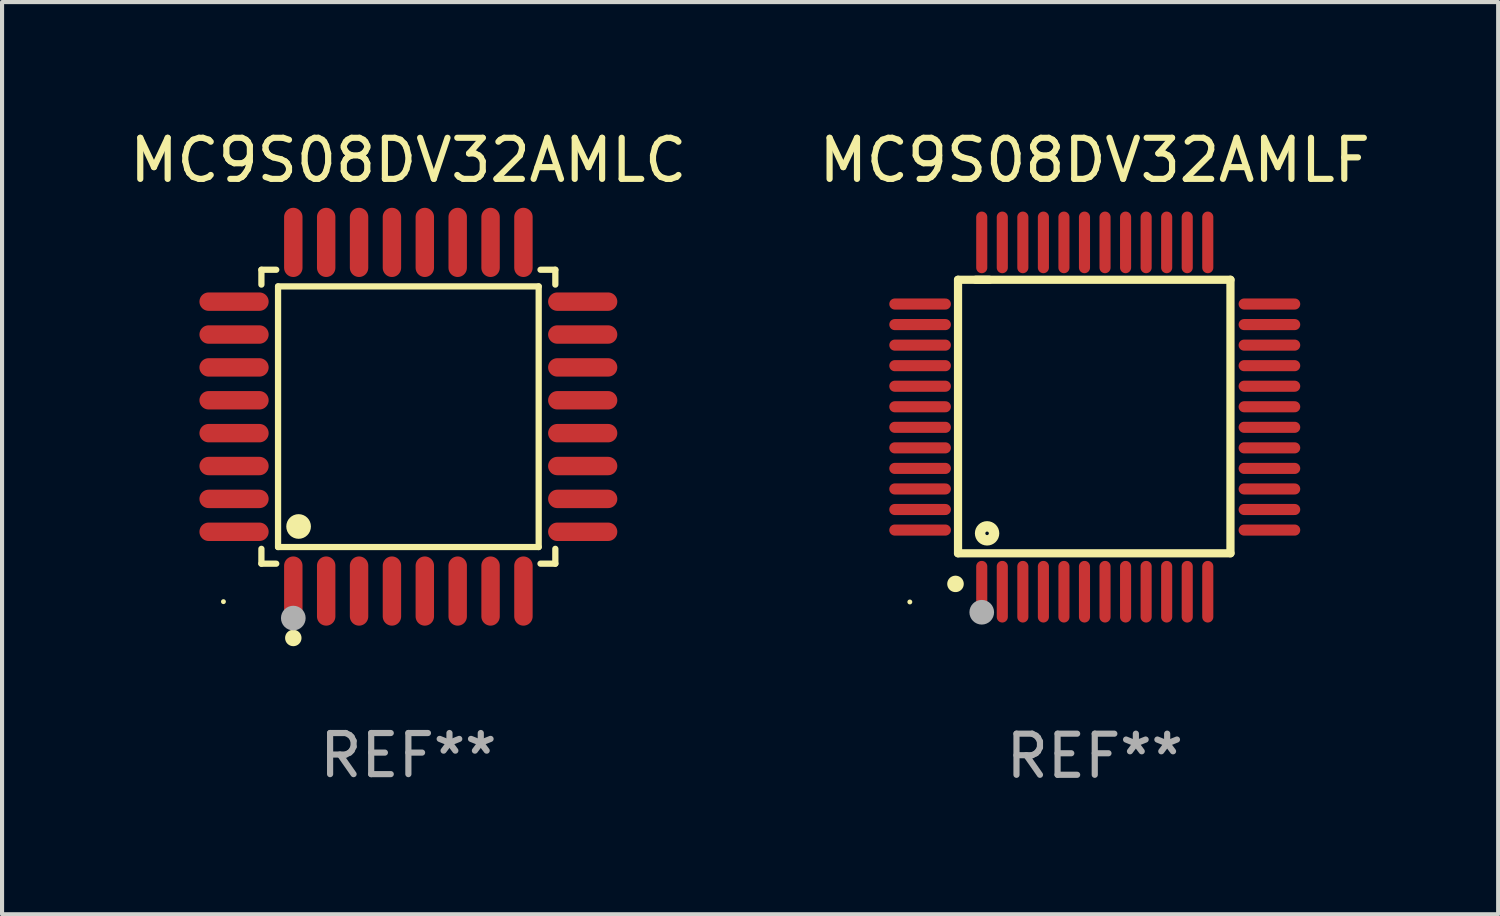
<source format=kicad_pcb>
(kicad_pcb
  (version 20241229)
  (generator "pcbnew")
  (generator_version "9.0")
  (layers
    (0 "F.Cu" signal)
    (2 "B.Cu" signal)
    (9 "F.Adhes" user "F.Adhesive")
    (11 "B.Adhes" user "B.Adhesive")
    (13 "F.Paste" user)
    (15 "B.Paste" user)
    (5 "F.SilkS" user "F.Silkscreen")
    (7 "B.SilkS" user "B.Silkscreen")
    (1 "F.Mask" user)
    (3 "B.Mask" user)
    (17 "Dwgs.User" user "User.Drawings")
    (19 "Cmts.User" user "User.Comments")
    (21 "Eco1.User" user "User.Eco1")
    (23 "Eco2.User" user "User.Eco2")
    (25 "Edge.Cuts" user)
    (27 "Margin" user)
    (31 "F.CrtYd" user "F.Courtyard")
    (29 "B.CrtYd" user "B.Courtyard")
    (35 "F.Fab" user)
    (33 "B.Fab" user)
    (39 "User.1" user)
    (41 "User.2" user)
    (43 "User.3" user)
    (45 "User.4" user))
  (footprint "MC9S08DV32AMLF"
    (layer "F.Cu")
    (at 23.589 7.098)
    (property "Reference" "MC9S08DV32AMLF" (at 0 -6.25 0) (layer "F.SilkS") (effects (font (size 1 1) (thickness 0.15))))
    (attr through_hole)
    (fp_line (start -3.327 -3.34) (end -2.565 -3.34) (stroke (width 0.2) (type solid)) (layer "F.SilkS"))
    (fp_line (start -3.327 3.315) (end -3.327 -3.34) (stroke (width 0.2) (type solid)) (layer "F.SilkS"))
    (fp_line (start -2.896 -3.34) (end 3.302 -3.34) (stroke (width 0.2) (type solid)) (layer "F.SilkS"))
    (fp_line (start 3.302 -3.34) (end 3.302 3.315) (stroke (width 0.2) (type solid)) (layer "F.SilkS"))
    (fp_line (start 3.302 3.315) (end -3.327 3.315) (stroke (width 0.2) (type solid)) (layer "F.SilkS"))
    (fp_arc (start -3.389992 4.059995) (mid -3.388722 4.059991) (end -3.387452 4.059995) (stroke (width 0.4) (type solid)) (layer "F.SilkS"))
    (fp_circle (center -4.5 4.5) (end -4.47 4.5) (stroke (width 0.06) (type solid)) (fill no) (layer "F.SilkS"))
    (fp_circle (center -2.62 2.83) (end -2.45 2.83) (stroke (width 0.254) (type solid)) (fill no) (layer "F.SilkS"))
    (fp_circle (center -2.75 4.75) (end -2.6 4.75) (stroke (width 0.3) (type solid)) (fill no) (layer "F.Fab"))
    (fp_text user "REF**" (at 0 8.25 0) (layer "F.Fab") (effects (font (size 1 1) (thickness 0.15))))
    (pad "1" smd oval (at -2.75 4.25) (size 0.27 1.5) (layers "F.Cu" "F.Mask" "F.Paste"))
    (pad "2" smd oval (at -2.25 4.25) (size 0.27 1.5) (layers "F.Cu" "F.Mask" "F.Paste"))
    (pad "3" smd oval (at -1.75 4.25) (size 0.27 1.5) (layers "F.Cu" "F.Mask" "F.Paste"))
    (pad "4" smd oval (at -1.25 4.25) (size 0.27 1.5) (layers "F.Cu" "F.Mask" "F.Paste"))
    (pad "5" smd oval (at -0.75 4.25) (size 0.27 1.5) (layers "F.Cu" "F.Mask" "F.Paste"))
    (pad "6" smd oval (at -0.25 4.25) (size 0.27 1.5) (layers "F.Cu" "F.Mask" "F.Paste"))
    (pad "7" smd oval (at 0.25 4.25) (size 0.27 1.5) (layers "F.Cu" "F.Mask" "F.Paste"))
    (pad "8" smd oval (at 0.75 4.25) (size 0.27 1.5) (layers "F.Cu" "F.Mask" "F.Paste"))
    (pad "9" smd oval (at 1.25 4.25) (size 0.27 1.5) (layers "F.Cu" "F.Mask" "F.Paste"))
    (pad "10" smd oval (at 1.75 4.25) (size 0.27 1.5) (layers "F.Cu" "F.Mask" "F.Paste"))
    (pad "11" smd oval (at 2.25 4.25) (size 0.27 1.5) (layers "F.Cu" "F.Mask" "F.Paste"))
    (pad "12" smd oval (at 2.75 4.25) (size 0.27 1.5) (layers "F.Cu" "F.Mask" "F.Paste"))
    (pad "13" smd oval (at 4.25 2.75) (size 1.5 0.27) (layers "F.Cu" "F.Mask" "F.Paste"))
    (pad "14" smd oval (at 4.25 2.25) (size 1.5 0.27) (layers "F.Cu" "F.Mask" "F.Paste"))
    (pad "15" smd oval (at 4.25 1.75) (size 1.5 0.27) (layers "F.Cu" "F.Mask" "F.Paste"))
    (pad "16" smd oval (at 4.25 1.25) (size 1.5 0.27) (layers "F.Cu" "F.Mask" "F.Paste"))
    (pad "17" smd oval (at 4.25 0.75) (size 1.5 0.27) (layers "F.Cu" "F.Mask" "F.Paste"))
    (pad "18" smd oval (at 4.25 0.25) (size 1.5 0.27) (layers "F.Cu" "F.Mask" "F.Paste"))
    (pad "19" smd oval (at 4.25 -0.25) (size 1.5 0.27) (layers "F.Cu" "F.Mask" "F.Paste"))
    (pad "20" smd oval (at 4.25 -0.75) (size 1.5 0.27) (layers "F.Cu" "F.Mask" "F.Paste"))
    (pad "21" smd oval (at 4.25 -1.25) (size 1.5 0.27) (layers "F.Cu" "F.Mask" "F.Paste"))
    (pad "22" smd oval (at 4.25 -1.75) (size 1.5 0.27) (layers "F.Cu" "F.Mask" "F.Paste"))
    (pad "23" smd oval (at 4.25 -2.25) (size 1.5 0.27) (layers "F.Cu" "F.Mask" "F.Paste"))
    (pad "24" smd oval (at 4.25 -2.75) (size 1.5 0.27) (layers "F.Cu" "F.Mask" "F.Paste"))
    (pad "25" smd oval (at 2.75 -4.25) (size 0.27 1.5) (layers "F.Cu" "F.Mask" "F.Paste"))
    (pad "26" smd oval (at 2.25 -4.25) (size 0.27 1.5) (layers "F.Cu" "F.Mask" "F.Paste"))
    (pad "27" smd oval (at 1.75 -4.25) (size 0.27 1.5) (layers "F.Cu" "F.Mask" "F.Paste"))
    (pad "28" smd oval (at 1.25 -4.25) (size 0.27 1.5) (layers "F.Cu" "F.Mask" "F.Paste"))
    (pad "29" smd oval (at 0.75 -4.25) (size 0.27 1.5) (layers "F.Cu" "F.Mask" "F.Paste"))
    (pad "30" smd oval (at 0.25 -4.25) (size 0.27 1.5) (layers "F.Cu" "F.Mask" "F.Paste"))
    (pad "31" smd oval (at -0.25 -4.25) (size 0.27 1.5) (layers "F.Cu" "F.Mask" "F.Paste"))
    (pad "32" smd oval (at -0.75 -4.25) (size 0.27 1.5) (layers "F.Cu" "F.Mask" "F.Paste"))
    (pad "33" smd oval (at -1.25 -4.25) (size 0.27 1.5) (layers "F.Cu" "F.Mask" "F.Paste"))
    (pad "34" smd oval (at -1.75 -4.25) (size 0.27 1.5) (layers "F.Cu" "F.Mask" "F.Paste"))
    (pad "35" smd oval (at -2.25 -4.25) (size 0.27 1.5) (layers "F.Cu" "F.Mask" "F.Paste"))
    (pad "36" smd oval (at -2.75 -4.25) (size 0.27 1.5) (layers "F.Cu" "F.Mask" "F.Paste"))
    (pad "37" smd oval (at -4.25 -2.75) (size 1.5 0.27) (layers "F.Cu" "F.Mask" "F.Paste"))
    (pad "38" smd oval (at -4.25 -2.25) (size 1.5 0.27) (layers "F.Cu" "F.Mask" "F.Paste"))
    (pad "39" smd oval (at -4.25 -1.75) (size 1.5 0.27) (layers "F.Cu" "F.Mask" "F.Paste"))
    (pad "40" smd oval (at -4.25 -1.25) (size 1.5 0.27) (layers "F.Cu" "F.Mask" "F.Paste"))
    (pad "41" smd oval (at -4.25 -0.75) (size 1.5 0.27) (layers "F.Cu" "F.Mask" "F.Paste"))
    (pad "42" smd oval (at -4.25 -0.25) (size 1.5 0.27) (layers "F.Cu" "F.Mask" "F.Paste"))
    (pad "43" smd oval (at -4.25 0.25) (size 1.5 0.27) (layers "F.Cu" "F.Mask" "F.Paste"))
    (pad "44" smd oval (at -4.25 0.75) (size 1.5 0.27) (layers "F.Cu" "F.Mask" "F.Paste"))
    (pad "45" smd oval (at -4.25 1.25) (size 1.5 0.27) (layers "F.Cu" "F.Mask" "F.Paste"))
    (pad "46" smd oval (at -4.25 1.75) (size 1.5 0.27) (layers "F.Cu" "F.Mask" "F.Paste"))
    (pad "47" smd oval (at -4.25 2.25) (size 1.5 0.27) (layers "F.Cu" "F.Mask" "F.Paste"))
    (pad "48" smd oval (at -4.25 2.75) (size 1.5 0.27) (layers "F.Cu" "F.Mask" "F.Paste")))
  (footprint "MC9S08DV32AMLC"
    (layer "F.Cu")
    (at 6.887 7.09)
    (property "Reference" "MC9S08DV32AMLC" (at 0 -6.242 0) (layer "F.SilkS") (effects (font (size 1 1) (thickness 0.15))))
    (attr through_hole)
    (fp_line (start -3.576 -3.576) (end -3.215 -3.576) (stroke (width 0.152) (type solid)) (layer "F.SilkS"))
    (fp_line (start -3.576 -3.215) (end -3.576 -3.576) (stroke (width 0.152) (type solid)) (layer "F.SilkS"))
    (fp_line (start -3.576 3.215) (end -3.576 3.576) (stroke (width 0.152) (type solid)) (layer "F.SilkS"))
    (fp_line (start -3.576 3.576) (end -3.215 3.576) (stroke (width 0.152) (type solid)) (layer "F.SilkS"))
    (fp_line (start -3.171 -3.171) (end 3.171 -3.171) (stroke (width 0.152) (type solid)) (layer "F.SilkS"))
    (fp_line (start -3.171 3.171) (end -3.171 -3.171) (stroke (width 0.152) (type solid)) (layer "F.SilkS"))
    (fp_line (start 3.171 -3.171) (end 3.171 3.171) (stroke (width 0.152) (type solid)) (layer "F.SilkS"))
    (fp_line (start 3.171 3.171) (end -3.171 3.171) (stroke (width 0.152) (type solid)) (layer "F.SilkS"))
    (fp_line (start 3.576 -3.576) (end 3.215 -3.576) (stroke (width 0.152) (type solid)) (layer "F.SilkS"))
    (fp_line (start 3.576 -3.215) (end 3.576 -3.576) (stroke (width 0.152) (type solid)) (layer "F.SilkS"))
    (fp_line (start 3.576 3.215) (end 3.576 3.576) (stroke (width 0.152) (type solid)) (layer "F.SilkS"))
    (fp_line (start 3.576 3.576) (end 3.215 3.576) (stroke (width 0.152) (type solid)) (layer "F.SilkS"))
    (fp_circle (center -4.5 4.5) (end -4.47 4.5) (stroke (width 0.06) (type solid)) (fill no) (layer "F.SilkS"))
    (fp_circle (center -2.8 5.384) (end -2.7 5.384) (stroke (width 0.2) (type solid)) (fill no) (layer "F.SilkS"))
    (fp_circle (center -2.671 2.671) (end -2.521 2.671) (stroke (width 0.3) (type solid)) (fill no) (layer "F.SilkS"))
    (fp_circle (center -2.8 4.9) (end -2.65 4.9) (stroke (width 0.3) (type solid)) (fill no) (layer "F.Fab"))
    (fp_text user "REF**" (at 0 8.242 0) (layer "F.Fab") (effects (font (size 1 1) (thickness 0.15))))
    (pad "1" smd oval (at -2.8 4.242) (size 0.448 1.684) (layers "F.Cu" "F.Mask" "F.Paste"))
    (pad "2" smd oval (at -2 4.242) (size 0.448 1.684) (layers "F.Cu" "F.Mask" "F.Paste"))
    (pad "3" smd oval (at -1.2 4.242) (size 0.448 1.684) (layers "F.Cu" "F.Mask" "F.Paste"))
    (pad "4" smd oval (at -0.4 4.242) (size 0.448 1.684) (layers "F.Cu" "F.Mask" "F.Paste"))
    (pad "5" smd oval (at 0.4 4.242) (size 0.448 1.684) (layers "F.Cu" "F.Mask" "F.Paste"))
    (pad "6" smd oval (at 1.2 4.242) (size 0.448 1.684) (layers "F.Cu" "F.Mask" "F.Paste"))
    (pad "7" smd oval (at 2 4.242) (size 0.448 1.684) (layers "F.Cu" "F.Mask" "F.Paste"))
    (pad "8" smd oval (at 2.8 4.242) (size 0.448 1.684) (layers "F.Cu" "F.Mask" "F.Paste"))
    (pad "9" smd oval (at 4.242 2.8) (size 1.684 0.448) (layers "F.Cu" "F.Mask" "F.Paste"))
    (pad "10" smd oval (at 4.242 2) (size 1.684 0.448) (layers "F.Cu" "F.Mask" "F.Paste"))
    (pad "11" smd oval (at 4.242 1.2) (size 1.684 0.448) (layers "F.Cu" "F.Mask" "F.Paste"))
    (pad "12" smd oval (at 4.242 0.4) (size 1.684 0.448) (layers "F.Cu" "F.Mask" "F.Paste"))
    (pad "13" smd oval (at 4.242 -0.4) (size 1.684 0.448) (layers "F.Cu" "F.Mask" "F.Paste"))
    (pad "14" smd oval (at 4.242 -1.2) (size 1.684 0.448) (layers "F.Cu" "F.Mask" "F.Paste"))
    (pad "15" smd oval (at 4.242 -2) (size 1.684 0.448) (layers "F.Cu" "F.Mask" "F.Paste"))
    (pad "16" smd oval (at 4.242 -2.8) (size 1.684 0.448) (layers "F.Cu" "F.Mask" "F.Paste"))
    (pad "17" smd oval (at 2.8 -4.242) (size 0.448 1.684) (layers "F.Cu" "F.Mask" "F.Paste"))
    (pad "18" smd oval (at 2 -4.242) (size 0.448 1.684) (layers "F.Cu" "F.Mask" "F.Paste"))
    (pad "19" smd oval (at 1.2 -4.242) (size 0.448 1.684) (layers "F.Cu" "F.Mask" "F.Paste"))
    (pad "20" smd oval (at 0.4 -4.242) (size 0.448 1.684) (layers "F.Cu" "F.Mask" "F.Paste"))
    (pad "21" smd oval (at -0.4 -4.242) (size 0.448 1.684) (layers "F.Cu" "F.Mask" "F.Paste"))
    (pad "22" smd oval (at -1.2 -4.242) (size 0.448 1.684) (layers "F.Cu" "F.Mask" "F.Paste"))
    (pad "23" smd oval (at -2 -4.242) (size 0.448 1.684) (layers "F.Cu" "F.Mask" "F.Paste"))
    (pad "24" smd oval (at -2.8 -4.242) (size 0.448 1.684) (layers "F.Cu" "F.Mask" "F.Paste"))
    (pad "25" smd oval (at -4.242 -2.8) (size 1.684 0.448) (layers "F.Cu" "F.Mask" "F.Paste"))
    (pad "26" smd oval (at -4.242 -2) (size 1.684 0.448) (layers "F.Cu" "F.Mask" "F.Paste"))
    (pad "27" smd oval (at -4.242 -1.2) (size 1.684 0.448) (layers "F.Cu" "F.Mask" "F.Paste"))
    (pad "28" smd oval (at -4.242 -0.4) (size 1.684 0.448) (layers "F.Cu" "F.Mask" "F.Paste"))
    (pad "29" smd oval (at -4.242 0.4) (size 1.684 0.448) (layers "F.Cu" "F.Mask" "F.Paste"))
    (pad "30" smd oval (at -4.242 1.2) (size 1.684 0.448) (layers "F.Cu" "F.Mask" "F.Paste"))
    (pad "31" smd oval (at -4.242 2) (size 1.684 0.448) (layers "F.Cu" "F.Mask" "F.Paste"))
    (pad "32" smd oval (at -4.242 2.8) (size 1.684 0.448) (layers "F.Cu" "F.Mask" "F.Paste")))
  (gr_rect
    (start -3 -3)
    (end 33.405 19.196)
    (stroke (width 0.1) (type default))
    (fill no)
    (layer "Edge.Cuts")))
</source>
